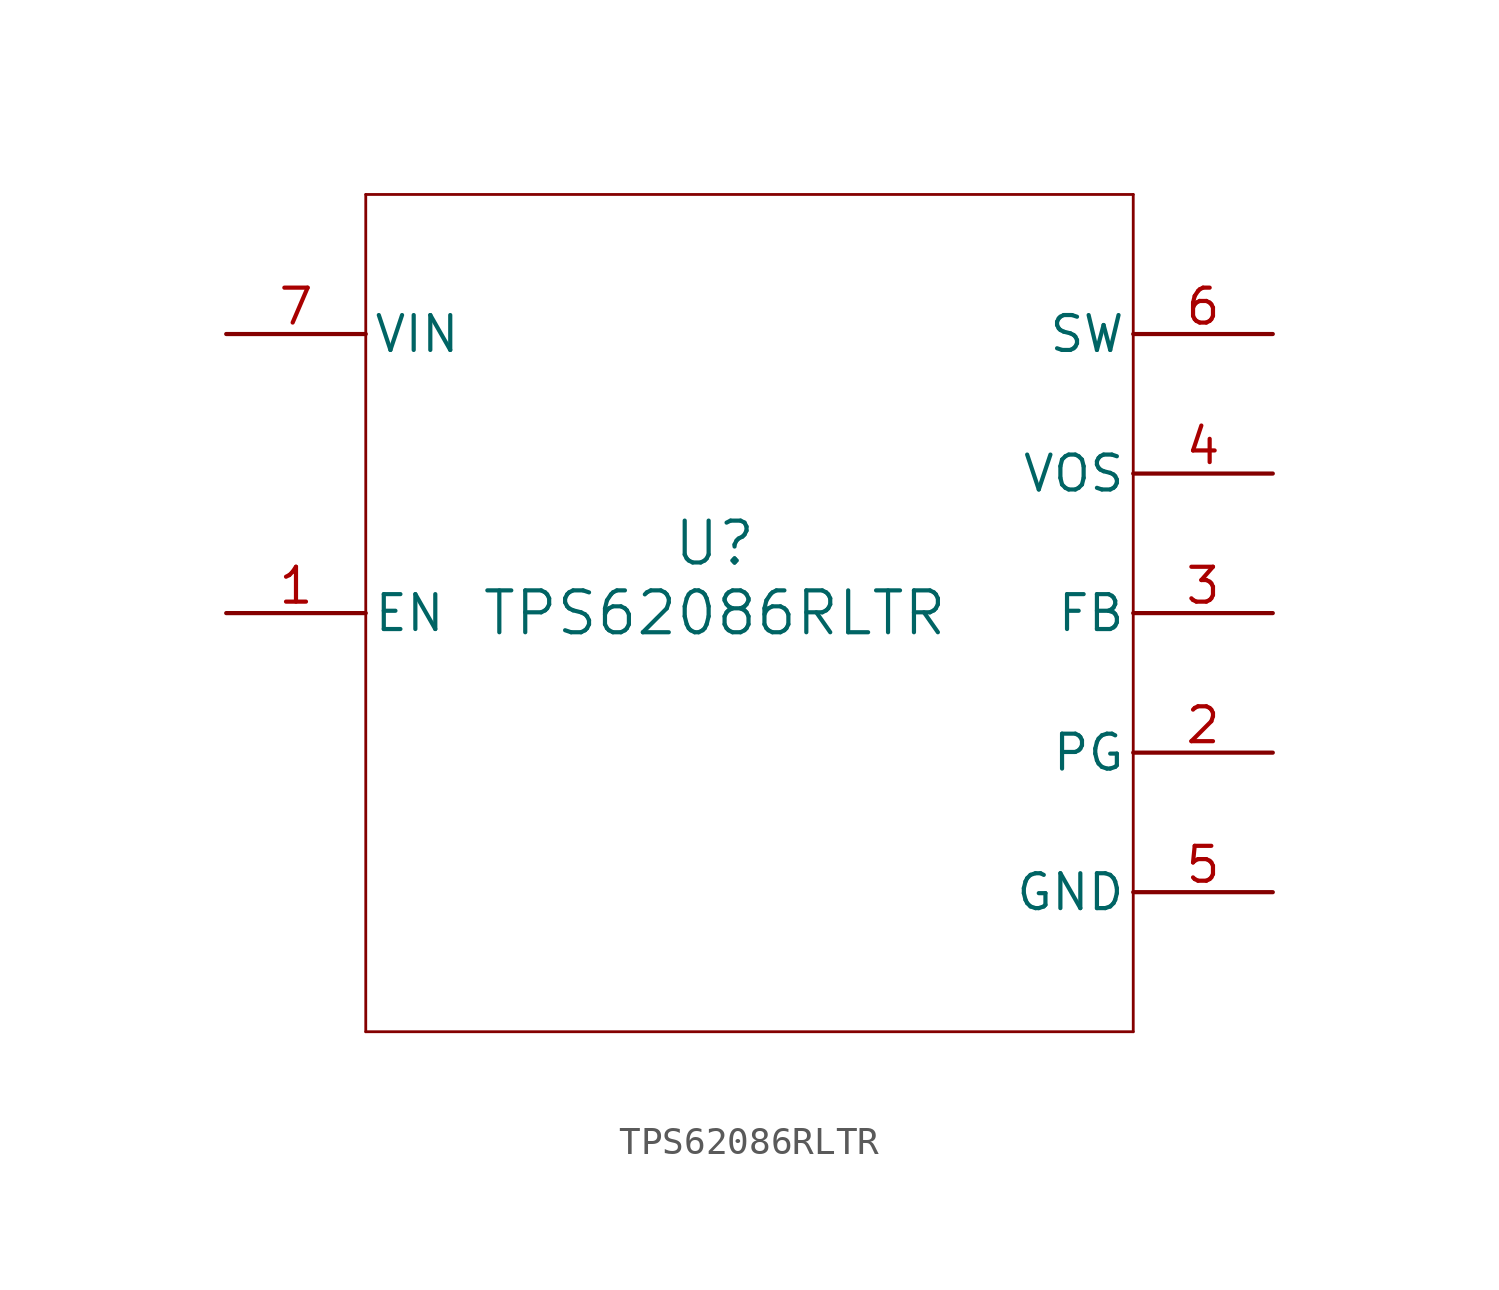
<source format=kicad_sym>
(kicad_symbol_lib
  (version 20211014)
  (generator kicad_symbol_editor)
  (symbol "TPS62086RLTR"
    (pin_names
      (offset 0.254))
    (property "Reference" "U"
      (at 0 2.54 0)
      (effects (font (size 1.524 1.524))))
    (property "Value" "TPS62086RLTR"
      (at 0 0 0)
      (effects (font (size 1.524 1.524))))
    (symbol "TPS62086RLTR_0_1"
      (polyline (pts (xy -12.7 -15.24) (xy 15.24 -15.24)) (stroke (width 0.102) (type default) (color 0 0 0 0)) (fill (type none)))
      (polyline (pts (xy 15.24 -15.24) (xy 15.24 15.24)) (stroke (width 0.102) (type default) (color 0 0 0 0)) (fill (type none)))
      (polyline (pts (xy 15.24 15.24) (xy -12.7 15.24)) (stroke (width 0.102) (type default) (color 0 0 0 0)) (fill (type none)))
      (polyline (pts (xy -12.7 15.24) (xy -12.7 -15.24)) (stroke (width 0.102) (type default) (color 0 0 0 0)) (fill (type none)))
      (pin input line (at -17.78 0 0) (length 5.08) (name "EN" (effects (font (size 1.27 1.27)))) (number "1" (effects (font (size 1.27 1.27)))))
      (pin output line (at 20.32 -5.08 180) (length 5.08) (name "PG" (effects (font (size 1.27 1.27)))) (number "2" (effects (font (size 1.27 1.27)))))
      (pin input line (at 20.32 0 180) (length 5.08) (name "FB" (effects (font (size 1.27 1.27)))) (number "3" (effects (font (size 1.27 1.27)))))
      (pin input line (at 20.32 5.08 180) (length 5.08) (name "VOS" (effects (font (size 1.27 1.27)))) (number "4" (effects (font (size 1.27 1.27)))))
      (pin power_in line (at 20.32 -10.16 180) (length 5.08) (name "GND" (effects (font (size 1.27 1.27)))) (number "5" (effects (font (size 1.27 1.27)))))
      (pin power_in line (at 20.32 10.16 180) (length 5.08) (name "SW" (effects (font (size 1.27 1.27)))) (number "6" (effects (font (size 1.27 1.27)))))
      (pin power_in line (at -17.78 10.16 0) (length 5.08) (name "VIN" (effects (font (size 1.27 1.27)))) (number "7" (effects (font (size 1.27 1.27))))))))
</source>
